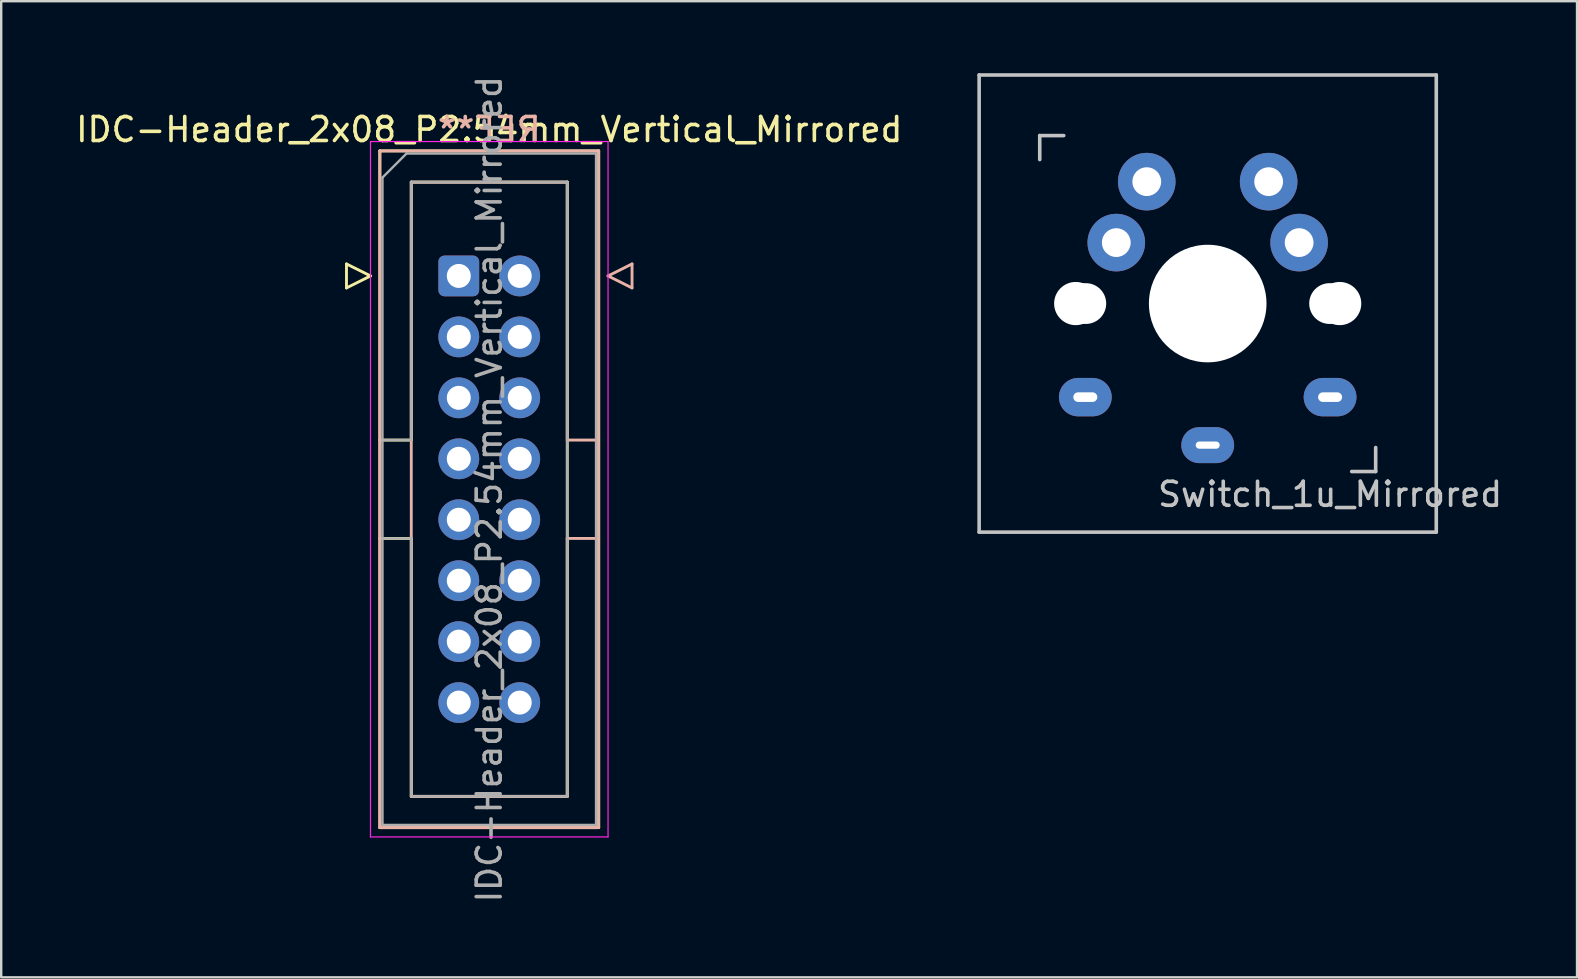
<source format=kicad_pcb>
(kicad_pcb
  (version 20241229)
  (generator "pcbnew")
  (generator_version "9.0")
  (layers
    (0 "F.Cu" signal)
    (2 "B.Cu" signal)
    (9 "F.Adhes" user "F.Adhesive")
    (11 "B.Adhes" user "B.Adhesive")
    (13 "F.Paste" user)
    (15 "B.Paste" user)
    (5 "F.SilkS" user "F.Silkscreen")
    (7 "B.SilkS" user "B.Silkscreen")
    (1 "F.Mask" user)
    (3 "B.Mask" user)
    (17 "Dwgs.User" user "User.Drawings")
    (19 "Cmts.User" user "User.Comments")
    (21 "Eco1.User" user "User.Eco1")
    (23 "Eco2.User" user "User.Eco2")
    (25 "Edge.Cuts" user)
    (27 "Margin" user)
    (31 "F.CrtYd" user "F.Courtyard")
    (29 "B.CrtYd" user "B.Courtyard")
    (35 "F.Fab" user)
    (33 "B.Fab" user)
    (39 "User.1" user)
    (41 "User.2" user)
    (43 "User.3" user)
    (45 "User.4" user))
  (footprint "Switch_1u_Mirrored"
    (layer "F.Cu")
    (at 47.279 9.6)
    (property "Reference" "Switch_1u_Mirrored" (at 5.1 7.95 180) (layer "Dwgs.User") (effects (font (size 1 1) (thickness 0.15))))
    (attr through_hole)
    (fp_line (start -9.525 -9.525) (end 9.525 -9.525) (stroke (width 0.15) (type solid)) (layer "Dwgs.User"))
    (fp_line (start -9.525 9.525) (end -9.525 -9.525) (stroke (width 0.15) (type solid)) (layer "Dwgs.User"))
    (fp_line (start -7 -7) (end -6 -7) (stroke (width 0.15) (type solid)) (layer "Dwgs.User"))
    (fp_line (start -7 -6) (end -7 -7) (stroke (width 0.15) (type solid)) (layer "Dwgs.User"))
    (fp_line (start 6 7) (end 7 7) (stroke (width 0.15) (type solid)) (layer "Dwgs.User"))
    (fp_line (start 7 7) (end 7 6) (stroke (width 0.15) (type solid)) (layer "Dwgs.User"))
    (fp_line (start 9.525 -9.525) (end 9.525 9.525) (stroke (width 0.15) (type solid)) (layer "Dwgs.User"))
    (fp_line (start 9.525 9.525) (end -9.525 9.525) (stroke (width 0.15) (type solid)) (layer "Dwgs.User"))
    (pad "" np_thru_hole circle (at -5.5 0 90) (size 1.8 1.8) (drill 1.8) (layers "*.Cu" "*.Mask"))
    (pad "" np_thru_hole circle (at -5.08 0) (size 1.7 1.7) (drill 1.7) (layers "*.Cu" "*.Mask"))
    (pad "" np_thru_hole circle (at 0 0 90) (size 4.9 4.9) (drill 4.9) (layers "*.Cu" "*.Mask"))
    (pad "" np_thru_hole circle (at 5.08 0) (size 1.7 1.7) (drill 1.7) (layers "*.Cu" "*.Mask"))
    (pad "" np_thru_hole circle (at 5.5 0 90) (size 1.8 1.8) (drill 1.8) (layers "*.Cu" "*.Mask"))
    (pad "1" thru_hole oval (at -5.1 3.9) (size 2.2 1.6) (drill oval 1 0.4) (layers "*.Cu" "B.Mask"))
    (pad "1" thru_hole circle (at -3.81 -2.54) (size 2.4 2.4) (drill 1.2) (layers "*.Cu" "B.Mask"))
    (pad "1" thru_hole circle (at -2.54 -5.08) (size 2.4 2.4) (drill 1.2) (layers "*.Cu" "F.Mask"))
    (pad "1" thru_hole oval (at 5.1 3.9) (size 2.2 1.6) (drill oval 1 0.4) (layers "*.Cu" "F.Mask"))
    (pad "2" thru_hole oval (at 0 5.9) (size 2.2 1.5) (drill oval 1 0.3) (layers "*.Cu" "*.Mask"))
    (pad "2" thru_hole circle (at 2.54 -5.08) (size 2.4 2.4) (drill 1.2) (layers "*.Cu" "B.Mask"))
    (pad "2" thru_hole circle (at 3.81 -2.54) (size 2.4 2.4) (drill 1.2) (layers "*.Cu" "F.Mask")))
  (footprint "IDC-Header_2x08_P2.54mm_Vertical_Mirrored"
    (layer "F.Cu")
    (at 16.069 8.449)
    (property "Reference" "IDC-Header_2x08_P2.54mm_Vertical_Mirrored" (at 1.27 -6.1 0) (layer "F.SilkS") (effects (font (size 1 1) (thickness 0.15))))
    (attr through_hole)
    (fp_line (start -4.68 -0.5) (end -4.68 0.5) (stroke (width 0.12) (type solid)) (layer "F.SilkS"))
    (fp_line (start -4.68 0.5) (end -3.68 0) (stroke (width 0.12) (type solid)) (layer "F.SilkS"))
    (fp_line (start -3.68 0) (end -4.68 -0.5) (stroke (width 0.12) (type solid)) (layer "F.SilkS"))
    (fp_line (start -3.29 -5.21) (end 5.83 -5.21) (stroke (width 0.12) (type solid)) (layer "F.SilkS"))
    (fp_line (start -3.29 6.84) (end -1.98 6.84) (stroke (width 0.12) (type solid)) (layer "F.SilkS"))
    (fp_line (start -3.29 22.99) (end -3.29 -5.21) (stroke (width 0.12) (type solid)) (layer "F.SilkS"))
    (fp_line (start -1.98 -3.91) (end 4.52 -3.91) (stroke (width 0.12) (type solid)) (layer "F.SilkS"))
    (fp_line (start -1.98 6.84) (end -1.98 -3.91) (stroke (width 0.12) (type solid)) (layer "F.SilkS"))
    (fp_line (start -1.98 10.94) (end -3.29 10.94) (stroke (width 0.12) (type solid)) (layer "F.SilkS"))
    (fp_line (start -1.98 10.94) (end -1.98 10.94) (stroke (width 0.12) (type solid)) (layer "F.SilkS"))
    (fp_line (start -1.98 21.69) (end -1.98 10.94) (stroke (width 0.12) (type solid)) (layer "F.SilkS"))
    (fp_line (start 4.52 -3.91) (end 4.52 21.69) (stroke (width 0.12) (type solid)) (layer "F.SilkS"))
    (fp_line (start 4.52 21.69) (end -1.98 21.69) (stroke (width 0.12) (type solid)) (layer "F.SilkS"))
    (fp_line (start 5.83 -5.21) (end 5.83 22.99) (stroke (width 0.12) (type solid)) (layer "F.SilkS"))
    (fp_line (start 5.83 22.99) (end -3.29 22.99) (stroke (width 0.12) (type solid)) (layer "F.SilkS"))
    (fp_line (start -3.29 -5.21) (end -3.29 22.99) (stroke (width 0.12) (type solid)) (layer "B.SilkS"))
    (fp_line (start -3.29 22.99) (end 5.83 22.99) (stroke (width 0.12) (type solid)) (layer "B.SilkS"))
    (fp_line (start -1.98 -3.91) (end -1.98 21.69) (stroke (width 0.12) (type solid)) (layer "B.SilkS"))
    (fp_line (start -1.98 21.69) (end 4.52 21.69) (stroke (width 0.12) (type solid)) (layer "B.SilkS"))
    (fp_line (start 4.52 -3.91) (end -1.98 -3.91) (stroke (width 0.12) (type solid)) (layer "B.SilkS"))
    (fp_line (start 4.52 6.84) (end 4.52 -3.91) (stroke (width 0.12) (type solid)) (layer "B.SilkS"))
    (fp_line (start 4.52 10.94) (end 4.52 10.94) (stroke (width 0.12) (type solid)) (layer "B.SilkS"))
    (fp_line (start 4.52 10.94) (end 5.83 10.94) (stroke (width 0.12) (type solid)) (layer "B.SilkS"))
    (fp_line (start 4.52 21.69) (end 4.52 10.94) (stroke (width 0.12) (type solid)) (layer "B.SilkS"))
    (fp_line (start 5.83 -5.21) (end -3.29 -5.21) (stroke (width 0.12) (type solid)) (layer "B.SilkS"))
    (fp_line (start 5.83 6.84) (end 4.52 6.84) (stroke (width 0.12) (type solid)) (layer "B.SilkS"))
    (fp_line (start 5.83 22.99) (end 5.83 -5.21) (stroke (width 0.12) (type solid)) (layer "B.SilkS"))
    (fp_line (start 6.22 0) (end 7.22 -0.5) (stroke (width 0.12) (type solid)) (layer "B.SilkS"))
    (fp_line (start 7.22 -0.5) (end 7.22 0.5) (stroke (width 0.12) (type solid)) (layer "B.SilkS"))
    (fp_line (start 7.22 0.5) (end 6.22 0) (stroke (width 0.12) (type solid)) (layer "B.SilkS"))
    (fp_line (start -3.68 -5.6) (end -3.68 23.38) (stroke (width 0.05) (type solid)) (layer "F.CrtYd"))
    (fp_line (start -3.68 23.38) (end 6.22 23.38) (stroke (width 0.05) (type solid)) (layer "F.CrtYd"))
    (fp_line (start 6.22 -5.6) (end -3.68 -5.6) (stroke (width 0.05) (type solid)) (layer "F.CrtYd"))
    (fp_line (start 6.22 23.38) (end 6.22 -5.6) (stroke (width 0.05) (type solid)) (layer "F.CrtYd"))
    (fp_line (start -3.18 -4.1) (end -2.18 -5.1) (stroke (width 0.1) (type solid)) (layer "F.Fab"))
    (fp_line (start -3.18 6.84) (end -1.98 6.84) (stroke (width 0.1) (type solid)) (layer "F.Fab"))
    (fp_line (start -3.18 22.88) (end -3.18 -4.1) (stroke (width 0.1) (type solid)) (layer "F.Fab"))
    (fp_line (start -2.18 -5.1) (end 5.72 -5.1) (stroke (width 0.1) (type solid)) (layer "F.Fab"))
    (fp_line (start -1.98 -3.91) (end 4.52 -3.91) (stroke (width 0.1) (type solid)) (layer "F.Fab"))
    (fp_line (start -1.98 6.84) (end -1.98 -3.91) (stroke (width 0.1) (type solid)) (layer "F.Fab"))
    (fp_line (start -1.98 10.94) (end -3.18 10.94) (stroke (width 0.1) (type solid)) (layer "F.Fab"))
    (fp_line (start -1.98 10.94) (end -1.98 10.94) (stroke (width 0.1) (type solid)) (layer "F.Fab"))
    (fp_line (start -1.98 21.69) (end -1.98 10.94) (stroke (width 0.1) (type solid)) (layer "F.Fab"))
    (fp_line (start 4.52 -3.91) (end 4.52 21.69) (stroke (width 0.1) (type solid)) (layer "F.Fab"))
    (fp_line (start 4.52 21.69) (end -1.98 21.69) (stroke (width 0.1) (type solid)) (layer "F.Fab"))
    (fp_line (start 5.72 -5.1) (end 5.72 22.88) (stroke (width 0.1) (type solid)) (layer "F.Fab"))
    (fp_line (start 5.72 22.88) (end -3.18 22.88) (stroke (width 0.1) (type solid)) (layer "F.Fab"))
    (fp_text user "REF**" (at 1.27 -6.1 180) (layer "B.SilkS") (effects (font (size 1 1) (thickness 0.15)) (justify mirror)))
    (fp_text user "${REFERENCE}" (at 1.27 8.89 90) (layer "F.Fab") (effects (font (size 1 1) (thickness 0.15))))
    (pad "1" thru_hole roundrect (at 0 0) (size 1.7 1.7) (drill 1) (layers "*.Cu" "*.Mask") (roundrect_rratio 0.147))
    (pad "2" thru_hole circle (at 2.54 0) (size 1.7 1.7) (drill 1) (layers "*.Cu" "*.Mask"))
    (pad "3" thru_hole circle (at 0 2.54) (size 1.7 1.7) (drill 1) (layers "*.Cu" "*.Mask"))
    (pad "4" thru_hole circle (at 2.54 2.54) (size 1.7 1.7) (drill 1) (layers "*.Cu" "*.Mask"))
    (pad "5" thru_hole circle (at 0 5.08) (size 1.7 1.7) (drill 1) (layers "*.Cu" "*.Mask"))
    (pad "6" thru_hole circle (at 2.54 5.08) (size 1.7 1.7) (drill 1) (layers "*.Cu" "*.Mask"))
    (pad "7" thru_hole circle (at 0 7.62) (size 1.7 1.7) (drill 1) (layers "*.Cu" "*.Mask"))
    (pad "8" thru_hole circle (at 2.54 7.62) (size 1.7 1.7) (drill 1) (layers "*.Cu" "*.Mask"))
    (pad "9" thru_hole circle (at 0 10.16) (size 1.7 1.7) (drill 1) (layers "*.Cu" "*.Mask"))
    (pad "10" thru_hole circle (at 2.54 10.16) (size 1.7 1.7) (drill 1) (layers "*.Cu" "*.Mask"))
    (pad "11" thru_hole circle (at 0 12.7) (size 1.7 1.7) (drill 1) (layers "*.Cu" "*.Mask"))
    (pad "12" thru_hole circle (at 2.54 12.7) (size 1.7 1.7) (drill 1) (layers "*.Cu" "*.Mask"))
    (pad "13" thru_hole circle (at 0 15.24) (size 1.7 1.7) (drill 1) (layers "*.Cu" "*.Mask"))
    (pad "14" thru_hole circle (at 2.54 15.24) (size 1.7 1.7) (drill 1) (layers "*.Cu" "*.Mask"))
    (pad "15" thru_hole circle (at 0 17.78) (size 1.7 1.7) (drill 1) (layers "*.Cu" "*.Mask"))
    (pad "16" thru_hole circle (at 2.54 17.78) (size 1.7 1.7) (drill 1) (layers "*.Cu" "*.Mask")))
  (gr_rect
    (start -3 -3)
    (end 62.67 37.679)
    (stroke (width 0.1) (type default))
    (fill no)
    (layer "Edge.Cuts")))
</source>
